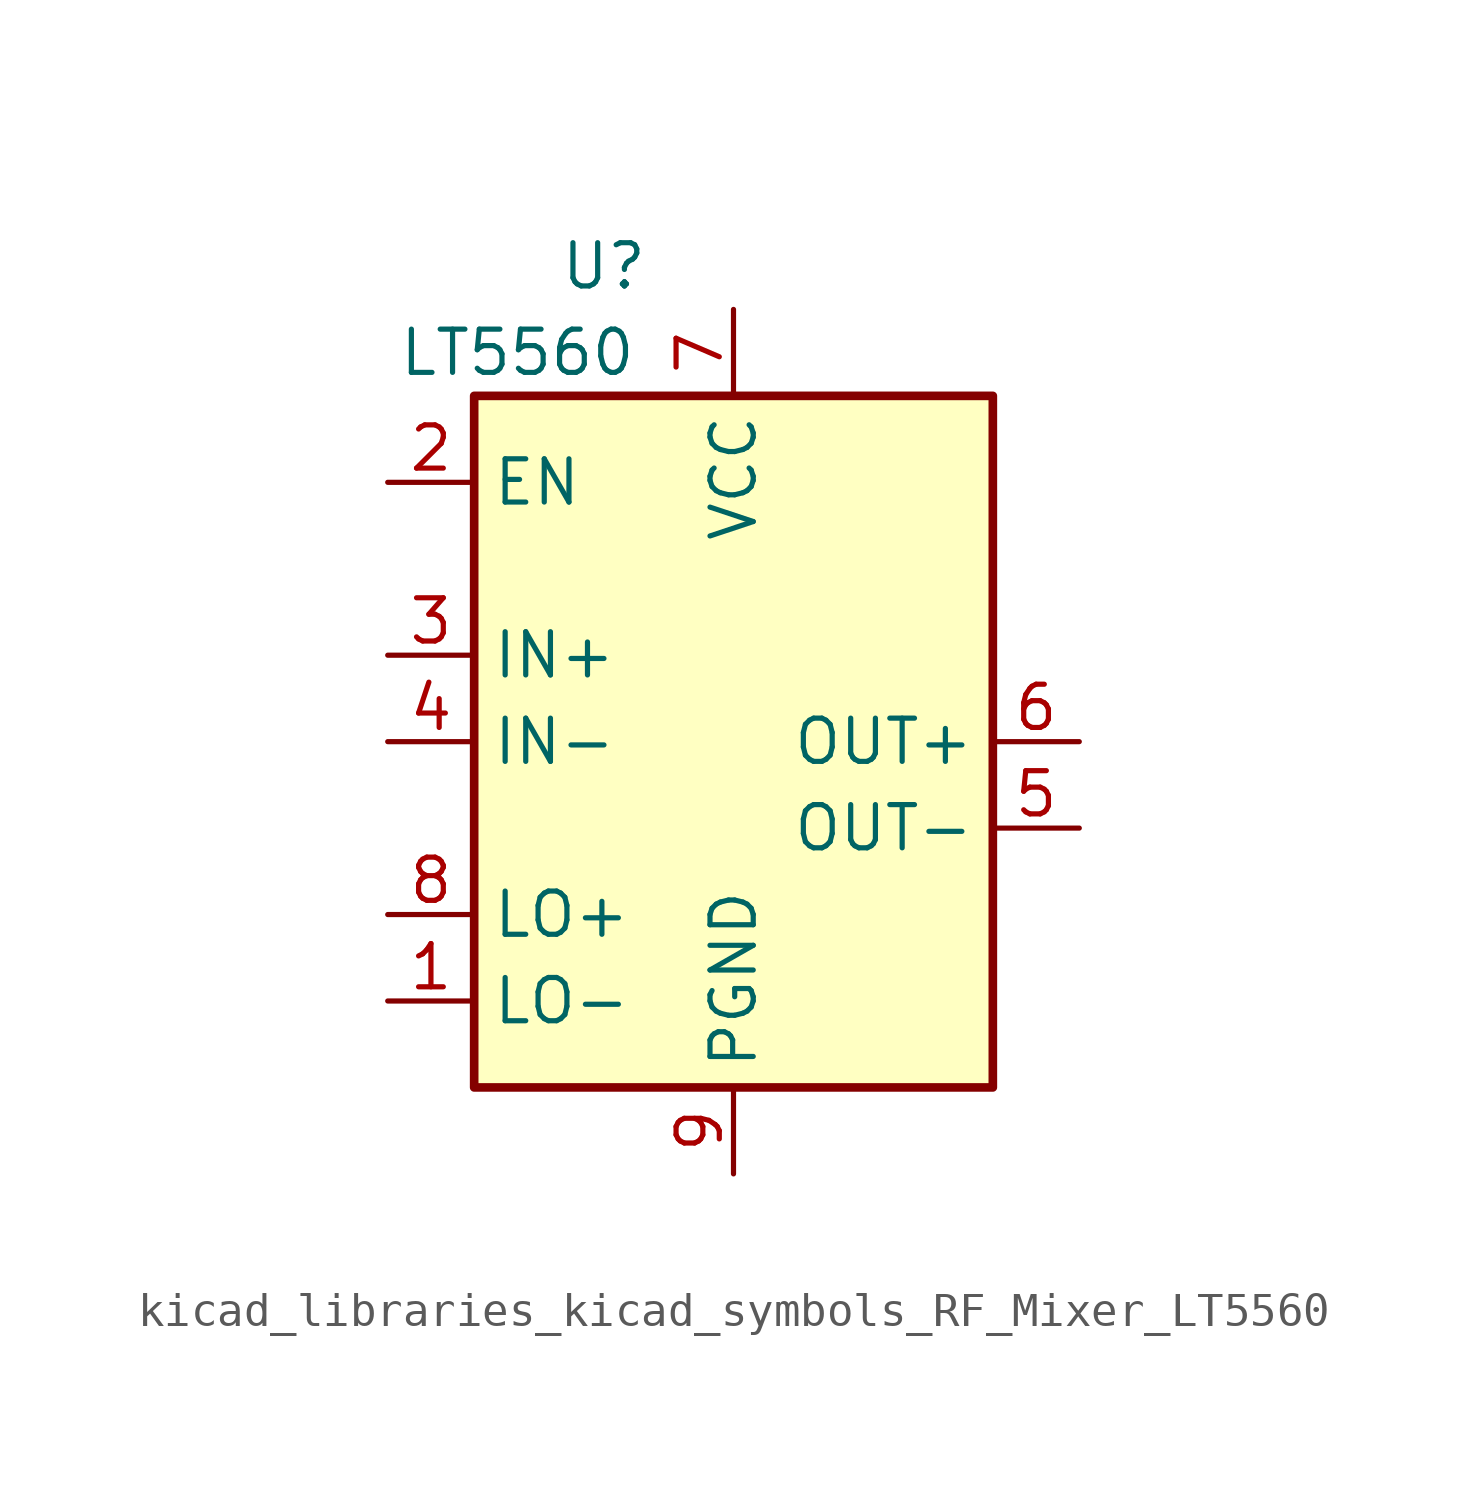
<source format=kicad_sym>
(kicad_symbol_lib
  (version 20220914)
  (generator kicad_symbol_editor)
  (symbol "kicad_libraries_kicad_symbols_RF_Mixer_LT5560"
    (property "Reference" "U"
      (at -3.81 13.97 0)
      (effects (font (size 1.27 1.27))))
    (property "Value" "LT5560"
      (at -6.35 11.43 0)
      (effects (font (size 1.27 1.27))))
    (symbol "kicad_libraries_kicad_symbols_RF_Mixer_LT5560_0_1"
      (rectangle (start -7.62 10.16) (end 7.62 -10.16) (stroke (width 0.254) (type default)) (fill (type background))))
    (symbol "kicad_libraries_kicad_symbols_RF_Mixer_LT5560_1_1"
      (pin input line (at -10.16 -7.62 0) (length 2.54) (name "LO-" (effects (font (size 1.27 1.27)))) (number "1" (effects (font (size 1.27 1.27)))))
      (pin input line (at -10.16 7.62 0) (length 2.54) (name "EN" (effects (font (size 1.27 1.27)))) (number "2" (effects (font (size 1.27 1.27)))))
      (pin input line (at -10.16 2.54 0) (length 2.54) (name "IN+" (effects (font (size 1.27 1.27)))) (number "3" (effects (font (size 1.27 1.27)))))
      (pin input line (at -10.16 0 0) (length 2.54) (name "IN-" (effects (font (size 1.27 1.27)))) (number "4" (effects (font (size 1.27 1.27)))))
      (pin output line (at 10.16 -2.54 180) (length 2.54) (name "OUT-" (effects (font (size 1.27 1.27)))) (number "5" (effects (font (size 1.27 1.27)))))
      (pin output line (at 10.16 0 180) (length 2.54) (name "OUT+" (effects (font (size 1.27 1.27)))) (number "6" (effects (font (size 1.27 1.27)))))
      (pin power_in line (at 0 12.7 270) (length 2.54) (name "VCC" (effects (font (size 1.27 1.27)))) (number "7" (effects (font (size 1.27 1.27)))))
      (pin input line (at -10.16 -5.08 0) (length 2.54) (name "LO+" (effects (font (size 1.27 1.27)))) (number "8" (effects (font (size 1.27 1.27)))))
      (pin power_in line (at 0 -12.7 90) (length 2.54) (name "PGND" (effects (font (size 1.27 1.27)))) (number "9" (effects (font (size 1.27 1.27))))))))
</source>
